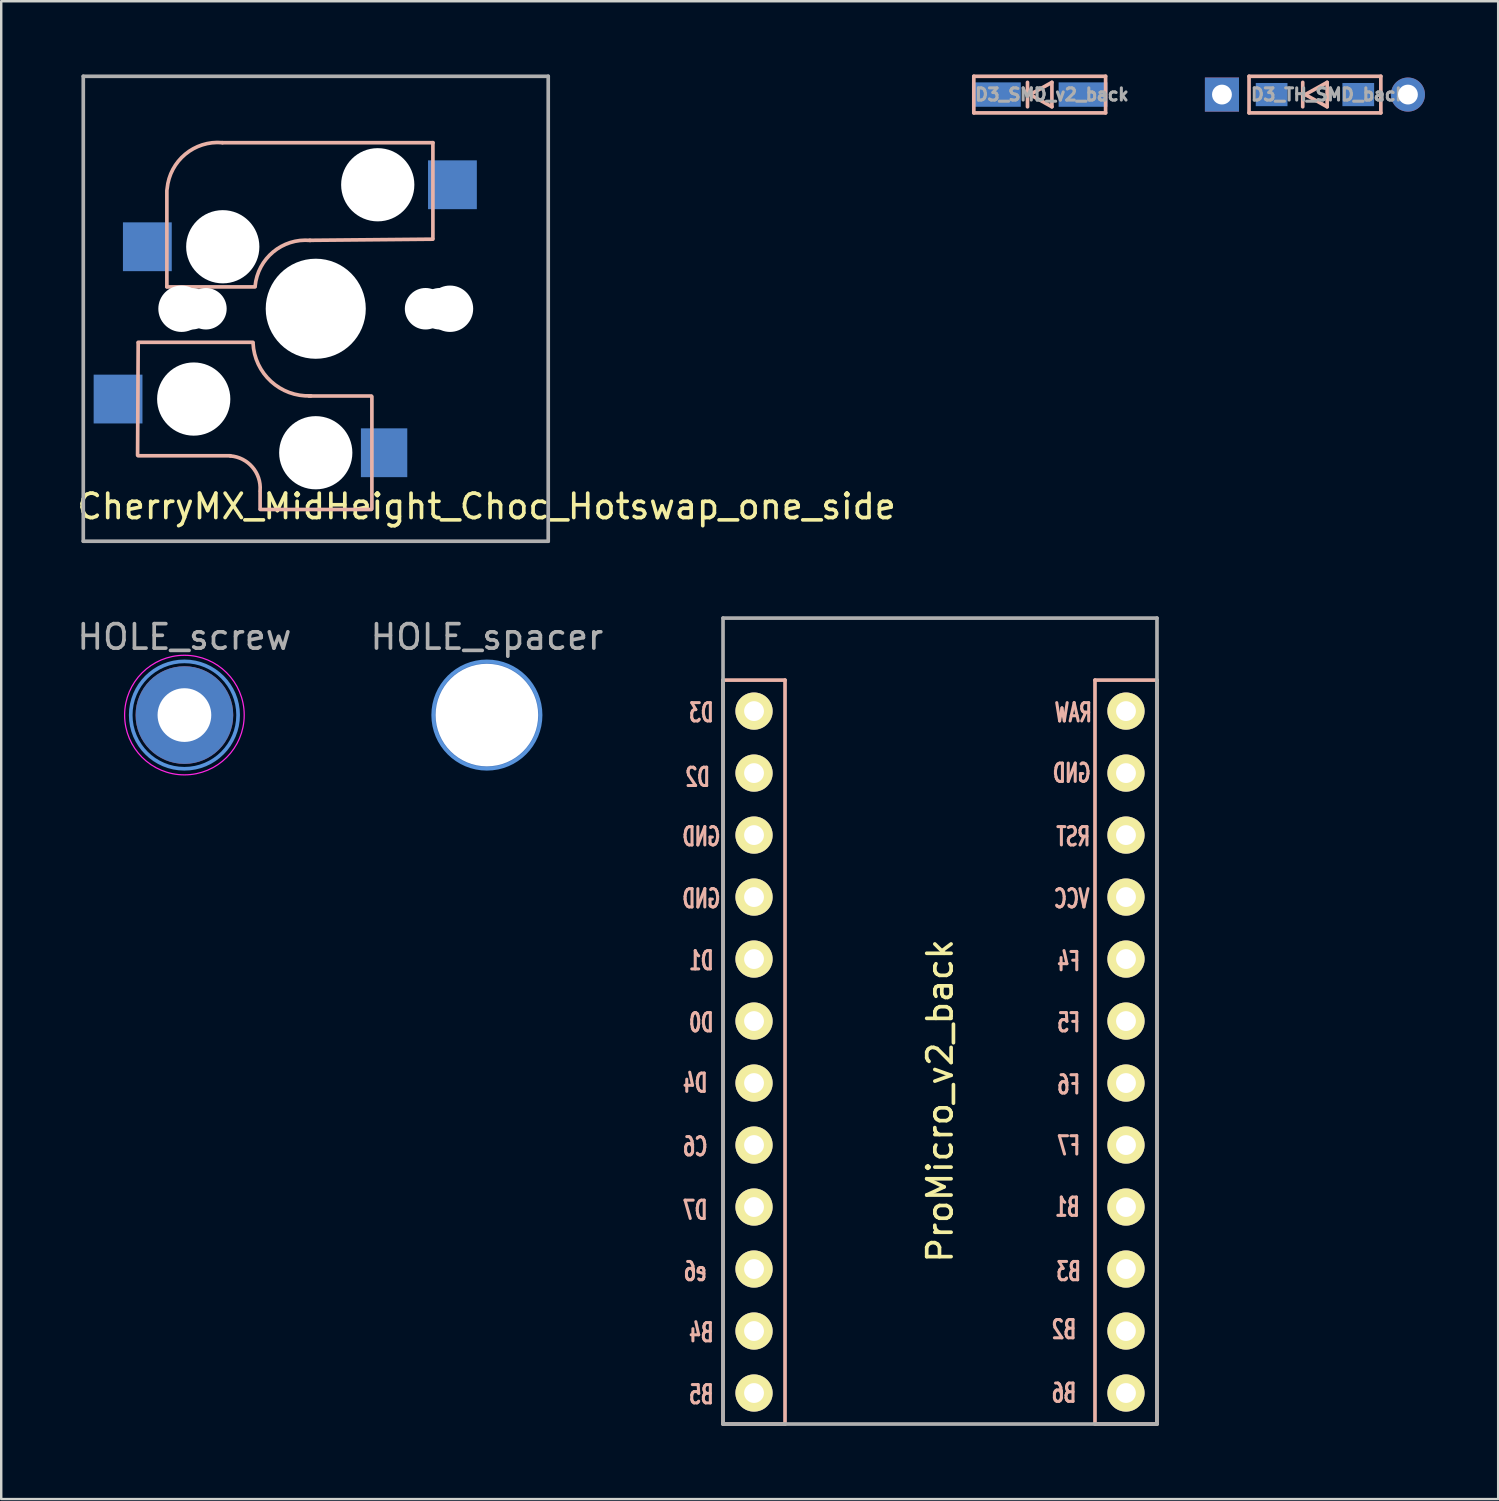
<source format=kicad_pcb>
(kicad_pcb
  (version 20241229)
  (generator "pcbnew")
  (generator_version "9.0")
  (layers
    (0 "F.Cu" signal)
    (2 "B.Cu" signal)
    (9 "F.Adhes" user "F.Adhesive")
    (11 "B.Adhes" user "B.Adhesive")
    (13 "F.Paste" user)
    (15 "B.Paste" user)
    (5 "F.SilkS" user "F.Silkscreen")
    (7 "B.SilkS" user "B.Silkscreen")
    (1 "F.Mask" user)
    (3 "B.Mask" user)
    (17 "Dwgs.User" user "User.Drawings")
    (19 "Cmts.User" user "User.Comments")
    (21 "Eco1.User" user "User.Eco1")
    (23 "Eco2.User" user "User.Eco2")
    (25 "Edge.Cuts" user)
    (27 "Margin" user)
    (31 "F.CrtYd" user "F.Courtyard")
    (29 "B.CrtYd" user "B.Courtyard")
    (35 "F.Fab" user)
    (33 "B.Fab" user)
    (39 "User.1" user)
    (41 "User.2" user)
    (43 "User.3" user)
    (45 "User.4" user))
  (footprint "HOLE_spacer"
    (layer "F.Cu")
    (at 16.899 26.248)
    (property "Reference" "HOLE_spacer" (at 0 -3.2 0) (layer "F.Fab") (effects (font (size 1 1) (thickness 0.15))))
    (attr exclude_from_pos_files exclude_from_bom)
    (fp_circle (center 0 0) (end 2.2 0) (stroke (width 0.15) (type solid)) (fill no) (layer "Cmts.User"))
    (pad "" np_thru_hole circle (at 0 0) (size 4.4 4.4) (drill 4.2) (layers "*.Cu" "*.Mask")))
  (footprint "D3_SMD_v2_back"
    (layer "F.Cu")
    (at 39.549 0.825)
    (property "Reference" "D3_SMD_v2_back" (at 0.5 0 0) (layer "F.Fab") (effects (font (size 0.5 0.5) (thickness 0.125))))
    (attr through_hole)
    (fp_line (start -2.7 -0.75) (end -2.7 0.75) (stroke (width 0.15) (type solid)) (layer "B.SilkS"))
    (fp_line (start -2.7 0.75) (end 2.7 0.75) (stroke (width 0.15) (type solid)) (layer "B.SilkS"))
    (fp_line (start -0.5 -0.5) (end -0.5 0.5) (stroke (width 0.15) (type solid)) (layer "B.SilkS"))
    (fp_line (start -0.4 0) (end 0.5 -0.5) (stroke (width 0.15) (type solid)) (layer "B.SilkS"))
    (fp_line (start 0.5 -0.5) (end 0.5 0.5) (stroke (width 0.15) (type solid)) (layer "B.SilkS"))
    (fp_line (start 0.5 0.5) (end -0.4 0) (stroke (width 0.15) (type solid)) (layer "B.SilkS"))
    (fp_line (start 2.7 -0.75) (end -2.7 -0.75) (stroke (width 0.15) (type solid)) (layer "B.SilkS"))
    (fp_line (start 2.7 -0.75) (end 2.7 0.75) (stroke (width 0.15) (type solid)) (layer "B.SilkS"))
    (pad "" smd rect (at -1.775 0) (size 1.4 1) (layers "B.Mask" "B.Paste"))
    (pad "" smd rect (at 1.775 0) (size 1.4 1) (layers "B.Mask" "B.Paste"))
    (pad "1" smd rect (at -1.775 0) (size 2 1) (layers "B.Cu"))
    (pad "2" smd rect (at 1.775 0) (size 2 1) (layers "B.Cu")))
  (footprint "CherryMX_MidHeight_Choc_Hotswap_one_side"
    (layer "F.Cu")
    (at 9.887 9.6)
    (property "Reference" "CherryMX_MidHeight_Choc_Hotswap_one_side" (at 7 8.1 0) (layer "F.SilkS") (effects (font (size 1 1) (thickness 0.15))))
    (attr through_hole)
    (fp_line (start -7.275 1.4) (end -7.3 6) (stroke (width 0.15) (type solid)) (layer "B.SilkS"))
    (fp_line (start -6.1 -4.85) (end -6.1 -0.905) (stroke (width 0.15) (type solid)) (layer "B.SilkS"))
    (fp_line (start -6.1 -0.896) (end -2.49 -0.896) (stroke (width 0.15) (type solid)) (layer "B.SilkS"))
    (fp_line (start -3.5 6.025) (end -7.275 6.025) (stroke (width 0.15) (type solid)) (layer "B.SilkS"))
    (fp_line (start -2.575 1.375) (end -7.275 1.375) (stroke (width 0.15) (type solid)) (layer "B.SilkS"))
    (fp_line (start -2.28 7.5) (end -2.28 8.2) (stroke (width 0.15) (type solid)) (layer "B.SilkS"))
    (fp_line (start 2.275 3.575) (end -0.275 3.575) (stroke (width 0.15) (type solid)) (layer "B.SilkS"))
    (fp_line (start 2.275 8.225) (end -2.275 8.225) (stroke (width 0.15) (type solid)) (layer "B.SilkS"))
    (fp_line (start 2.3 3.6) (end 2.3 8.2) (stroke (width 0.15) (type solid)) (layer "B.SilkS"))
    (fp_line (start 4.8 -6.804) (end -3.825 -6.804) (stroke (width 0.15) (type solid)) (layer "B.SilkS"))
    (fp_line (start 4.8 -2.896) (end 4.8 -6.804) (stroke (width 0.15) (type solid)) (layer "B.SilkS"))
    (fp_line (start 4.8 -2.85) (end -0.25 -2.804) (stroke (width 0.15) (type solid)) (layer "B.SilkS"))
    (fp_arc (start -6.089 -4.92) (mid -5.347189 -6.33089) (end -3.825 -6.804) (stroke (width 0.15) (type solid)) (layer "B.SilkS"))
    (fp_arc (start -3.5 6.03) (mid -2.595908 6.48733) (end -2.28 7.45) (stroke (width 0.15) (type solid)) (layer "B.SilkS"))
    (fp_arc (start -2.485 -0.92) (mid -1.744361 -2.328061) (end -0.225 -2.8) (stroke (width 0.15) (type solid)) (layer "B.SilkS"))
    (fp_arc (start -0.2 3.57) (mid -1.834422 2.975843) (end -2.57 1.4) (stroke (width 0.15) (type solid)) (layer "B.SilkS"))
    (fp_line (start -7 -7) (end 7 -7) (stroke (width 0.15) (type solid)) (layer "Eco2.User"))
    (fp_line (start -7 7) (end -7 -7) (stroke (width 0.15) (type solid)) (layer "Eco2.User"))
    (fp_line (start 7 -7) (end 7 7) (stroke (width 0.15) (type solid)) (layer "Eco2.User"))
    (fp_line (start 7 7) (end -7 7) (stroke (width 0.15) (type solid)) (layer "Eco2.User"))
    (fp_line (start -9.525 -9.525) (end -9.525 9.525) (stroke (width 0.15) (type solid)) (layer "F.Fab"))
    (fp_line (start -9.525 9.525) (end 9.525 9.525) (stroke (width 0.15) (type solid)) (layer "F.Fab"))
    (fp_line (start 9.525 -9.525) (end -9.525 -9.525) (stroke (width 0.15) (type solid)) (layer "F.Fab"))
    (fp_line (start 9.525 9.525) (end 9.525 -9.525) (stroke (width 0.15) (type solid)) (layer "F.Fab"))
    (pad "" np_thru_hole circle (at -5.5 0 90) (size 1.9 1.9) (drill 1.9) (layers "*.Cu" "*.Mask"))
    (pad "" np_thru_hole circle (at -5.08 0) (size 1.7 1.7) (drill 1.7) (layers "*.Cu" "*.Mask"))
    (pad "" np_thru_hole circle (at -5 3.7 90) (size 3 3) (drill 3) (layers "*.Cu" "*.Mask"))
    (pad "" np_thru_hole circle (at -4.5 0) (size 1.7 1.7) (drill 1.7) (layers "*.Cu" "*.Mask"))
    (pad "" np_thru_hole circle (at -3.81 -2.54 180) (size 3 3) (drill 3) (layers "*.Cu" "*.Mask"))
    (pad "" np_thru_hole circle (at 0 0 90) (size 4.1 4.1) (drill 4.1) (layers "*.Cu" "*.Mask"))
    (pad "" np_thru_hole circle (at 0 5.9 90) (size 3 3) (drill 3) (layers "*.Cu" "*.Mask"))
    (pad "" np_thru_hole circle (at 2.54 -5.08 180) (size 3 3) (drill 3) (layers "*.Cu" "*.Mask"))
    (pad "" np_thru_hole circle (at 4.5 0) (size 1.7 1.7) (drill 1.7) (layers "*.Cu" "*.Mask"))
    (pad "" np_thru_hole circle (at 5.08 0) (size 1.7 1.7) (drill 1.7) (layers "*.Cu" "*.Mask"))
    (pad "" np_thru_hole circle (at 5.5 0 90) (size 1.9 1.9) (drill 1.9) (layers "*.Cu" "*.Mask"))
    (pad "1" smd rect (at -8.1 3.7 180) (size 2 2) (layers "B.Cu" "B.Mask" "B.Paste"))
    (pad "1" smd rect (at -6.9 -2.54 180) (size 2 2) (layers "B.Cu" "B.Mask" "B.Paste"))
    (pad "2" smd rect (at 2.8 5.9 180) (size 1.9 2) (layers "B.Cu" "B.Mask" "B.Paste"))
    (pad "2" smd rect (at 5.6 -5.08 180) (size 2 2) (layers "B.Cu" "B.Mask" "B.Paste")))
  (footprint "HOLE_screw"
    (layer "F.Cu")
    (at 4.506 26.248)
    (property "Reference" "HOLE_screw" (at 0 -3.2 0) (layer "F.Fab") (effects (font (size 1 1) (thickness 0.15))))
    (attr exclude_from_pos_files exclude_from_bom)
    (fp_circle (center 0 0) (end 2.2 0) (stroke (width 0.15) (type solid)) (fill no) (layer "Cmts.User"))
    (fp_circle (center 0 0) (end 2.45 0) (stroke (width 0.05) (type solid)) (fill no) (layer "F.CrtYd"))
    (pad "" np_thru_hole circle (at 0 0) (size 4 4) (drill 2.2) (layers "*.Cu" "*.Mask")))
  (footprint "D3_TH_SMD_back"
    (layer "F.Cu")
    (at 50.826 0.825)
    (property "Reference" "D3_TH_SMD_back" (at 0.55 0 0) (layer "F.Fab") (effects (font (size 0.5 0.5) (thickness 0.125))))
    (attr through_hole)
    (fp_line (start -2.7 -0.75) (end -2.7 0.75) (stroke (width 0.15) (type solid)) (layer "B.SilkS"))
    (fp_line (start -2.7 0.75) (end 2.7 0.75) (stroke (width 0.15) (type solid)) (layer "B.SilkS"))
    (fp_line (start -0.5 -0.5) (end -0.5 0.5) (stroke (width 0.15) (type solid)) (layer "B.SilkS"))
    (fp_line (start -0.4 0) (end 0.5 -0.5) (stroke (width 0.15) (type solid)) (layer "B.SilkS"))
    (fp_line (start 0.5 -0.5) (end 0.5 0.5) (stroke (width 0.15) (type solid)) (layer "B.SilkS"))
    (fp_line (start 0.5 0.5) (end -0.4 0) (stroke (width 0.15) (type solid)) (layer "B.SilkS"))
    (fp_line (start 2.7 -0.75) (end -2.7 -0.75) (stroke (width 0.15) (type solid)) (layer "B.SilkS"))
    (fp_line (start 2.7 0.75) (end 2.7 -0.75) (stroke (width 0.15) (type solid)) (layer "B.SilkS"))
    (pad "1" thru_hole rect (at -3.81 0) (size 1.397 1.397) (drill 0.813) (layers "*.Cu" "*.Mask"))
    (pad "1" smd rect (at -1.775 0) (size 1.3 0.95) (layers "B.Cu" "B.Mask" "B.Paste"))
    (pad "2" smd rect (at 1.775 0) (size 1.3 0.95) (layers "B.Cu" "B.Mask" "B.Paste"))
    (pad "2" thru_hole circle (at 3.81 0) (size 1.397 1.397) (drill 0.813) (layers "*.Cu" "*.Mask")))
  (footprint "ProMicro_v2_back"
    (layer "F.Cu")
    (at 35.464 39.293)
    (property "Reference" "ProMicro_v2_back" (at 0 2.762 270) (layer "F.SilkS") (effects (font (size 1 1) (thickness 0.15))))
    (attr through_hole)
    (fp_line (start -8.89 -14.478) (end -6.35 -14.478) (stroke (width 0.15) (type solid)) (layer "B.SilkS"))
    (fp_line (start -8.89 16.002) (end -8.89 -14.478) (stroke (width 0.15) (type solid)) (layer "B.SilkS"))
    (fp_line (start -6.35 -14.478) (end -6.35 16.002) (stroke (width 0.15) (type solid)) (layer "B.SilkS"))
    (fp_line (start -6.35 16.002) (end -8.89 16.002) (stroke (width 0.15) (type solid)) (layer "B.SilkS"))
    (fp_line (start 6.35 -14.478) (end 8.89 -14.478) (stroke (width 0.15) (type solid)) (layer "B.SilkS"))
    (fp_line (start 6.35 16.002) (end 6.35 -14.478) (stroke (width 0.15) (type solid)) (layer "B.SilkS"))
    (fp_line (start 8.89 -14.478) (end 8.89 16.002) (stroke (width 0.15) (type solid)) (layer "B.SilkS"))
    (fp_line (start 8.89 16.002) (end 6.35 16.002) (stroke (width 0.15) (type solid)) (layer "B.SilkS"))
    (fp_line (start -8.89 -17.018) (end 8.89 -17.018) (stroke (width 0.15) (type solid)) (layer "F.Fab"))
    (fp_line (start -8.89 16.002) (end -8.89 -17.018) (stroke (width 0.15) (type solid)) (layer "F.Fab"))
    (fp_line (start 8.89 -17.018) (end 8.89 16.002) (stroke (width 0.15) (type solid)) (layer "F.Fab"))
    (fp_line (start 8.89 16.002) (end -8.89 16.002) (stroke (width 0.15) (type solid)) (layer "F.Fab"))
    (fp_text user "F6" (at 5.27 2.1 0) (layer "B.SilkS") (effects (font (size 0.75 0.5) (thickness 0.125)) (justify mirror)))
    (fp_text user "RAW" (at 5.461 -13.145 0) (layer "B.SilkS") (effects (font (size 0.75 0.5) (thickness 0.125)) (justify mirror)))
    (fp_text user "B3" (at 5.27 9.75 0) (layer "B.SilkS") (effects (font (size 0.75 0.5) (thickness 0.125)) (justify mirror)))
    (fp_text user "GND" (at -9.779 -5.524 0) (layer "B.SilkS") (effects (font (size 0.75 0.5) (thickness 0.125)) (justify mirror)))
    (fp_text user "F5" (at 5.27 -0.445 0) (layer "B.SilkS") (effects (font (size 0.75 0.5) (thickness 0.125)) (justify mirror)))
    (fp_text user "D1" (at -9.779 -2.985 0) (layer "B.SilkS") (effects (font (size 0.75 0.5) (thickness 0.125)) (justify mirror)))
    (fp_text user "B4" (at -9.779 12.255 0) (layer "B.SilkS") (effects (font (size 0.75 0.5) (thickness 0.125)) (justify mirror)))
    (fp_text user "B6" (at 5.08 14.732 0) (layer "B.SilkS") (effects (font (size 0.75 0.5) (thickness 0.125)) (justify mirror)))
    (fp_text user "B1" (at 5.22 7.112 0) (layer "B.SilkS") (effects (font (size 0.75 0.5) (thickness 0.125)) (justify mirror)))
    (fp_text user "C6" (at -10.03 4.636 0) (layer "B.SilkS") (effects (font (size 0.75 0.5) (thickness 0.125)) (justify mirror)))
    (fp_text user "B2" (at 5.08 12.129 0) (layer "B.SilkS") (effects (font (size 0.75 0.5) (thickness 0.125)) (justify mirror)))
    (fp_text user "GND" (at -9.779 -8.065 0) (layer "B.SilkS") (effects (font (size 0.75 0.5) (thickness 0.125)) (justify mirror)))
    (fp_text user "D0" (at -9.779 -0.445 0) (layer "B.SilkS") (effects (font (size 0.75 0.5) (thickness 0.125)) (justify mirror)))
    (fp_text user "B5" (at -9.779 14.796 0) (layer "B.SilkS") (effects (font (size 0.75 0.5) (thickness 0.125)) (justify mirror)))
    (fp_text user "D7" (at -10.03 7.239 0) (layer "B.SilkS") (effects (font (size 0.75 0.5) (thickness 0.125)) (justify mirror)))
    (fp_text user "F7" (at 5.27 4.6 0) (layer "B.SilkS") (effects (font (size 0.75 0.5) (thickness 0.125)) (justify mirror)))
    (fp_text user "RST" (at 5.461 -8.065 0) (layer "B.SilkS") (effects (font (size 0.75 0.5) (thickness 0.125)) (justify mirror)))
    (fp_text user "GND" (at 5.397 -10.668 0) (layer "B.SilkS") (effects (font (size 0.75 0.5) (thickness 0.125)) (justify mirror)))
    (fp_text user "e6" (at -10.03 9.75 0) (layer "B.SilkS") (effects (font (size 0.75 0.5) (thickness 0.125)) (justify mirror)))
    (fp_text user "D2" (at -9.93 -10.5 0) (layer "B.SilkS") (effects (font (size 0.75 0.5) (thickness 0.125)) (justify mirror)))
    (fp_text user "D4" (at -10.03 2.032 0) (layer "B.SilkS") (effects (font (size 0.75 0.5) (thickness 0.125)) (justify mirror)))
    (fp_text user "D3" (at -9.779 -13.145 0) (layer "B.SilkS") (effects (font (size 0.75 0.5) (thickness 0.125)) (justify mirror)))
    (fp_text user "VCC" (at 5.397 -5.524 0) (layer "B.SilkS") (effects (font (size 0.75 0.5) (thickness 0.125)) (justify mirror)))
    (fp_text user "F4" (at 5.27 -2.95 0) (layer "B.SilkS") (effects (font (size 0.75 0.5) (thickness 0.125)) (justify mirror)))
    (pad "1" thru_hole circle (at -7.62 -13.208) (size 1.524 1.524) (drill 0.813) (layers "*.Cu" "*.Mask" "F.SilkS"))
    (pad "2" thru_hole circle (at -7.62 -10.668) (size 1.524 1.524) (drill 0.813) (layers "*.Cu" "*.Mask" "F.SilkS"))
    (pad "3" thru_hole circle (at -7.62 -8.128) (size 1.524 1.524) (drill 0.813) (layers "*.Cu" "*.Mask" "F.SilkS"))
    (pad "4" thru_hole circle (at -7.62 -5.588) (size 1.524 1.524) (drill 0.813) (layers "*.Cu" "*.Mask" "F.SilkS"))
    (pad "5" thru_hole circle (at -7.62 -3.048) (size 1.524 1.524) (drill 0.813) (layers "*.Cu" "*.Mask" "F.SilkS"))
    (pad "6" thru_hole circle (at -7.62 -0.508) (size 1.524 1.524) (drill 0.813) (layers "*.Cu" "*.Mask" "F.SilkS"))
    (pad "7" thru_hole circle (at -7.62 2.032) (size 1.524 1.524) (drill 0.813) (layers "*.Cu" "*.Mask" "F.SilkS"))
    (pad "8" thru_hole circle (at -7.62 4.572) (size 1.524 1.524) (drill 0.813) (layers "*.Cu" "*.Mask" "F.SilkS"))
    (pad "9" thru_hole circle (at -7.62 7.112) (size 1.524 1.524) (drill 0.813) (layers "*.Cu" "*.Mask" "F.SilkS"))
    (pad "10" thru_hole circle (at -7.62 9.652) (size 1.524 1.524) (drill 0.813) (layers "*.Cu" "*.Mask" "F.SilkS"))
    (pad "11" thru_hole circle (at -7.62 12.192) (size 1.524 1.524) (drill 0.813) (layers "*.Cu" "*.Mask" "F.SilkS"))
    (pad "12" thru_hole circle (at -7.62 14.732) (size 1.524 1.524) (drill 0.813) (layers "*.Cu" "*.Mask" "F.SilkS"))
    (pad "13" thru_hole circle (at 7.62 14.732) (size 1.524 1.524) (drill 0.813) (layers "*.Cu" "*.Mask" "F.SilkS"))
    (pad "14" thru_hole circle (at 7.62 12.192) (size 1.524 1.524) (drill 0.813) (layers "*.Cu" "*.Mask" "F.SilkS"))
    (pad "15" thru_hole circle (at 7.62 9.652) (size 1.524 1.524) (drill 0.813) (layers "*.Cu" "*.Mask" "F.SilkS"))
    (pad "16" thru_hole circle (at 7.62 7.112) (size 1.524 1.524) (drill 0.813) (layers "*.Cu" "*.Mask" "F.SilkS"))
    (pad "17" thru_hole circle (at 7.62 4.572) (size 1.524 1.524) (drill 0.813) (layers "*.Cu" "*.Mask" "F.SilkS"))
    (pad "18" thru_hole circle (at 7.62 2.032) (size 1.524 1.524) (drill 0.813) (layers "*.Cu" "*.Mask" "F.SilkS"))
    (pad "19" thru_hole circle (at 7.62 -0.508) (size 1.524 1.524) (drill 0.813) (layers "*.Cu" "*.Mask" "F.SilkS"))
    (pad "20" thru_hole circle (at 7.62 -3.048) (size 1.524 1.524) (drill 0.813) (layers "*.Cu" "*.Mask" "F.SilkS"))
    (pad "21" thru_hole circle (at 7.62 -5.588) (size 1.524 1.524) (drill 0.813) (layers "*.Cu" "*.Mask" "F.SilkS"))
    (pad "22" thru_hole circle (at 7.62 -8.128) (size 1.524 1.524) (drill 0.813) (layers "*.Cu" "*.Mask" "F.SilkS"))
    (pad "23" thru_hole circle (at 7.62 -10.668) (size 1.524 1.524) (drill 0.813) (layers "*.Cu" "*.Mask" "F.SilkS"))
    (pad "24" thru_hole circle (at 7.62 -13.208) (size 1.524 1.524) (drill 0.813) (layers "*.Cu" "*.Mask" "F.SilkS")))
  (gr_rect
    (start -3 -3)
    (end 58.334 58.37)
    (stroke (width 0.1) (type default))
    (fill no)
    (layer "Edge.Cuts")))
</source>
